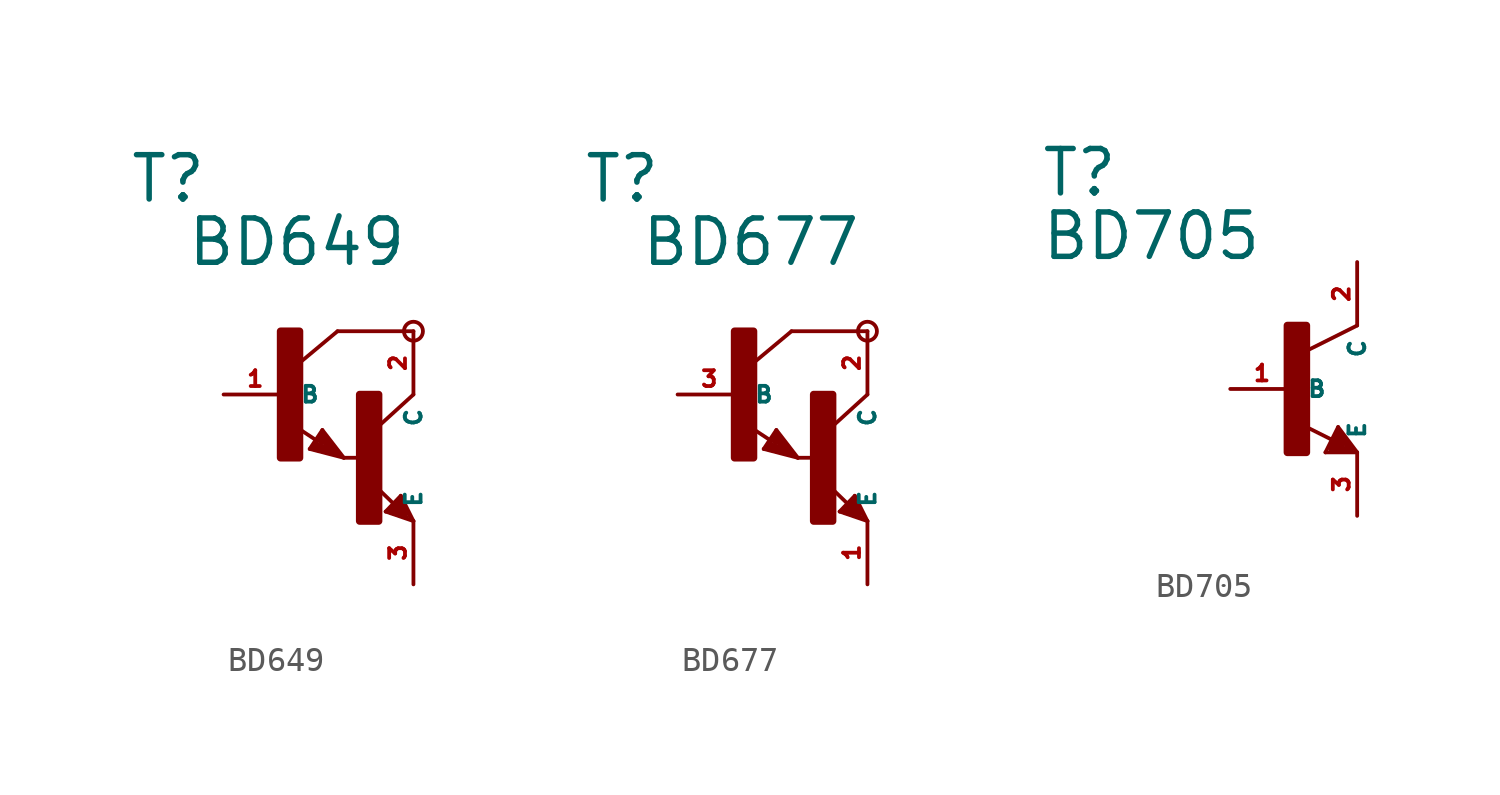
<source format=kicad_sym>
(kicad_symbol_lib
  (version 20220914)
  (generator Eagle2Kicad)
  (symbol "BD649"
    (property "Reference" "T"
      (at -6.35 7.62 0)
      (effects (font (size 1.778 1.778) (thickness 0.22)) (justify left bottom)))
    (property "Value" "BD649"
      (at -4.064 5.08 0)
      (effects (font (size 1.778 1.778) (thickness 0.22)) (justify left bottom)))
    (polyline
      (pts (xy 5.08 2.54) (xy 2.032 2.54))
      (stroke (width 0.152) (type default))
      (fill (type none)))
    (polyline
      (pts (xy 1.424 -1.424) (xy 2.286 -2.54))
      (stroke (width 0.152) (type default))
      (fill (type none)))
    (polyline
      (pts (xy 2.921 -2.54) (xy 2.286 -2.54))
      (stroke (width 0.152) (type default))
      (fill (type none)))
    (polyline
      (pts (xy 0.916 -2.186) (xy 1.424 -1.424))
      (stroke (width 0.152) (type default))
      (fill (type none)))
    (polyline
      (pts (xy 2.286 -2.54) (xy 0.916 -2.186))
      (stroke (width 0.152) (type default))
      (fill (type none)))
    (polyline
      (pts (xy 2.032 2.54) (xy 0.508 1.27))
      (stroke (width 0.152) (type default))
      (fill (type none)))
    (polyline
      (pts (xy 5.08 0) (xy 3.683 -1.27))
      (stroke (width 0.152) (type default))
      (fill (type none)))
    (polyline
      (pts (xy 5.08 -5.08) (xy 3.964 -4.699))
      (stroke (width 0.152) (type default))
      (fill (type none)))
    (polyline
      (pts (xy 4.572 -4.064) (xy 5.08 -5.08))
      (stroke (width 0.152) (type default))
      (fill (type none)))
    (polyline
      (pts (xy 3.964 -4.699) (xy 4.572 -4.064))
      (stroke (width 0.152) (type default))
      (fill (type none)))
    (polyline
      (pts (xy 1.186 -1.84) (xy 0.208 -1.197))
      (stroke (width 0.152) (type default))
      (fill (type none)))
    (polyline
      (pts (xy 4.28 -4.38) (xy 3.483 -3.61))
      (stroke (width 0.152) (type default))
      (fill (type none)))
    (polyline
      (pts (xy 2.159 -2.413) (xy 1.397 -1.524))
      (stroke (width 0.127) (type default))
      (fill (type none)))
    (polyline
      (pts (xy 1.397 -1.524) (xy 1.016 -2.159))
      (stroke (width 0.127) (type default))
      (fill (type none)))
    (polyline
      (pts (xy 1.016 -2.159) (xy 2.032 -2.413))
      (stroke (width 0.127) (type default))
      (fill (type none)))
    (polyline
      (pts (xy 2.032 -2.413) (xy 1.397 -1.651))
      (stroke (width 0.127) (type default))
      (fill (type none)))
    (polyline
      (pts (xy 1.397 -1.651) (xy 1.143 -2.032))
      (stroke (width 0.127) (type default))
      (fill (type none)))
    (polyline
      (pts (xy 1.143 -2.032) (xy 1.905 -2.286))
      (stroke (width 0.254) (type default))
      (fill (type none)))
    (polyline
      (pts (xy 1.905 -2.286) (xy 1.397 -1.778))
      (stroke (width 0.254) (type default))
      (fill (type none)))
    (polyline
      (pts (xy 1.397 -1.778) (xy 1.397 -1.905))
      (stroke (width 0.254) (type default))
      (fill (type none)))
    (polyline
      (pts (xy 4.953 -4.953) (xy 4.572 -4.191))
      (stroke (width 0.127) (type default))
      (fill (type none)))
    (polyline
      (pts (xy 4.572 -4.191) (xy 4.064 -4.699))
      (stroke (width 0.127) (type default))
      (fill (type none)))
    (polyline
      (pts (xy 4.064 -4.699) (xy 4.826 -4.953))
      (stroke (width 0.127) (type default))
      (fill (type none)))
    (polyline
      (pts (xy 4.826 -4.953) (xy 4.572 -4.318))
      (stroke (width 0.127) (type default))
      (fill (type none)))
    (polyline
      (pts (xy 4.572 -4.318) (xy 4.191 -4.699))
      (stroke (width 0.254) (type default))
      (fill (type none)))
    (polyline
      (pts (xy 4.191 -4.699) (xy 4.699 -4.826))
      (stroke (width 0.254) (type default))
      (fill (type none)))
    (polyline
      (pts (xy 4.699 -4.826) (xy 4.572 -4.572))
      (stroke (width 0.254) (type default))
      (fill (type none)))
    (polyline
      (pts (xy 4.572 -4.572) (xy 4.445 -4.572))
      (stroke (width 0.254) (type default))
      (fill (type none)))
    (circle
      (center 5.08 2.54)
      (radius 0.381)
      (stroke (width 0) (type default))
      (fill (type none)))
    (rectangle
      (start -0.254 -2.54)
      (end 0.508 2.54)
      (stroke (width 0.3) (type default))
      (fill (type outline)))
    (rectangle
      (start 2.921 -5.08)
      (end 3.683 0)
      (stroke (width 0.3) (type default))
      (fill (type outline)))
    (pin passive line
      (at -2.54 0 0)
      (length 2.54)
      (name "B" (effects (font (size 0.635 0.635) (thickness 0.08)) (justify left bottom)))
      (number "1" (effects (font (size 0.635 0.635) (thickness 0.08)) (justify left bottom))))
    (pin passive line
      (at 5.08 -7.62 90)
      (length 2.54)
      (name "E" (effects (font (size 0.635 0.635) (thickness 0.08)) (justify left bottom)))
      (number "3" (effects (font (size 0.635 0.635) (thickness 0.08)) (justify left bottom))))
    (pin passive line
      (at 5.08 2.54 270)
      (length 2.54)
      (name "C" (effects (font (size 0.635 0.635) (thickness 0.08)) (justify left bottom)))
      (number "2" (effects (font (size 0.635 0.635) (thickness 0.08)) (justify left bottom)))))
  (symbol "BD677"
    (property "Reference" "T"
      (at -6.35 7.62 0)
      (effects (font (size 1.778 1.778) (thickness 0.22)) (justify left bottom)))
    (property "Value" "BD677"
      (at -4.064 5.08 0)
      (effects (font (size 1.778 1.778) (thickness 0.22)) (justify left bottom)))
    (polyline
      (pts (xy 5.08 2.54) (xy 2.032 2.54))
      (stroke (width 0.152) (type default))
      (fill (type none)))
    (polyline
      (pts (xy 1.424 -1.424) (xy 2.286 -2.54))
      (stroke (width 0.152) (type default))
      (fill (type none)))
    (polyline
      (pts (xy 2.921 -2.54) (xy 2.286 -2.54))
      (stroke (width 0.152) (type default))
      (fill (type none)))
    (polyline
      (pts (xy 0.916 -2.186) (xy 1.424 -1.424))
      (stroke (width 0.152) (type default))
      (fill (type none)))
    (polyline
      (pts (xy 2.286 -2.54) (xy 0.916 -2.186))
      (stroke (width 0.152) (type default))
      (fill (type none)))
    (polyline
      (pts (xy 2.032 2.54) (xy 0.508 1.27))
      (stroke (width 0.152) (type default))
      (fill (type none)))
    (polyline
      (pts (xy 5.08 0) (xy 3.683 -1.27))
      (stroke (width 0.152) (type default))
      (fill (type none)))
    (polyline
      (pts (xy 5.08 -5.08) (xy 3.964 -4.699))
      (stroke (width 0.152) (type default))
      (fill (type none)))
    (polyline
      (pts (xy 4.572 -4.064) (xy 5.08 -5.08))
      (stroke (width 0.152) (type default))
      (fill (type none)))
    (polyline
      (pts (xy 3.964 -4.699) (xy 4.572 -4.064))
      (stroke (width 0.152) (type default))
      (fill (type none)))
    (polyline
      (pts (xy 1.186 -1.84) (xy 0.208 -1.197))
      (stroke (width 0.152) (type default))
      (fill (type none)))
    (polyline
      (pts (xy 4.28 -4.38) (xy 3.483 -3.61))
      (stroke (width 0.152) (type default))
      (fill (type none)))
    (polyline
      (pts (xy 2.159 -2.413) (xy 1.397 -1.524))
      (stroke (width 0.127) (type default))
      (fill (type none)))
    (polyline
      (pts (xy 1.397 -1.524) (xy 1.016 -2.159))
      (stroke (width 0.127) (type default))
      (fill (type none)))
    (polyline
      (pts (xy 1.016 -2.159) (xy 2.032 -2.413))
      (stroke (width 0.127) (type default))
      (fill (type none)))
    (polyline
      (pts (xy 2.032 -2.413) (xy 1.397 -1.651))
      (stroke (width 0.127) (type default))
      (fill (type none)))
    (polyline
      (pts (xy 1.397 -1.651) (xy 1.143 -2.032))
      (stroke (width 0.127) (type default))
      (fill (type none)))
    (polyline
      (pts (xy 1.143 -2.032) (xy 1.905 -2.286))
      (stroke (width 0.254) (type default))
      (fill (type none)))
    (polyline
      (pts (xy 1.905 -2.286) (xy 1.397 -1.778))
      (stroke (width 0.254) (type default))
      (fill (type none)))
    (polyline
      (pts (xy 1.397 -1.778) (xy 1.397 -1.905))
      (stroke (width 0.254) (type default))
      (fill (type none)))
    (polyline
      (pts (xy 4.953 -4.953) (xy 4.572 -4.191))
      (stroke (width 0.127) (type default))
      (fill (type none)))
    (polyline
      (pts (xy 4.572 -4.191) (xy 4.064 -4.699))
      (stroke (width 0.127) (type default))
      (fill (type none)))
    (polyline
      (pts (xy 4.064 -4.699) (xy 4.826 -4.953))
      (stroke (width 0.127) (type default))
      (fill (type none)))
    (polyline
      (pts (xy 4.826 -4.953) (xy 4.572 -4.318))
      (stroke (width 0.127) (type default))
      (fill (type none)))
    (polyline
      (pts (xy 4.572 -4.318) (xy 4.191 -4.699))
      (stroke (width 0.254) (type default))
      (fill (type none)))
    (polyline
      (pts (xy 4.191 -4.699) (xy 4.699 -4.826))
      (stroke (width 0.254) (type default))
      (fill (type none)))
    (polyline
      (pts (xy 4.699 -4.826) (xy 4.572 -4.572))
      (stroke (width 0.254) (type default))
      (fill (type none)))
    (polyline
      (pts (xy 4.572 -4.572) (xy 4.445 -4.572))
      (stroke (width 0.254) (type default))
      (fill (type none)))
    (circle
      (center 5.08 2.54)
      (radius 0.381)
      (stroke (width 0) (type default))
      (fill (type none)))
    (rectangle
      (start -0.254 -2.54)
      (end 0.508 2.54)
      (stroke (width 0.3) (type default))
      (fill (type outline)))
    (rectangle
      (start 2.921 -5.08)
      (end 3.683 0)
      (stroke (width 0.3) (type default))
      (fill (type outline)))
    (pin passive line
      (at -2.54 0 0)
      (length 2.54)
      (name "B" (effects (font (size 0.635 0.635) (thickness 0.08)) (justify left bottom)))
      (number "3" (effects (font (size 0.635 0.635) (thickness 0.08)) (justify left bottom))))
    (pin passive line
      (at 5.08 -7.62 90)
      (length 2.54)
      (name "E" (effects (font (size 0.635 0.635) (thickness 0.08)) (justify left bottom)))
      (number "1" (effects (font (size 0.635 0.635) (thickness 0.08)) (justify left bottom))))
    (pin passive line
      (at 5.08 2.54 270)
      (length 2.54)
      (name "C" (effects (font (size 0.635 0.635) (thickness 0.08)) (justify left bottom)))
      (number "2" (effects (font (size 0.635 0.635) (thickness 0.08)) (justify left bottom)))))
  (symbol "BD705"
    (property "Reference" "T"
      (at -10.16 7.62 0)
      (effects (font (size 1.778 1.778) (thickness 0.22)) (justify left bottom)))
    (property "Value" "BD705"
      (at -10.16 5.08 0)
      (effects (font (size 1.778 1.778) (thickness 0.22)) (justify left bottom)))
    (polyline
      (pts (xy 2.54 2.54) (xy 0.508 1.524))
      (stroke (width 0.152) (type default))
      (fill (type none)))
    (polyline
      (pts (xy 1.778 -1.524) (xy 2.54 -2.54))
      (stroke (width 0.152) (type default))
      (fill (type none)))
    (polyline
      (pts (xy 2.54 -2.54) (xy 1.27 -2.54))
      (stroke (width 0.152) (type default))
      (fill (type none)))
    (polyline
      (pts (xy 1.27 -2.54) (xy 1.778 -1.524))
      (stroke (width 0.152) (type default))
      (fill (type none)))
    (polyline
      (pts (xy 1.54 -2.04) (xy 0.308 -1.424))
      (stroke (width 0.152) (type default))
      (fill (type none)))
    (polyline
      (pts (xy 1.524 -2.413) (xy 2.286 -2.413))
      (stroke (width 0.254) (type default))
      (fill (type none)))
    (polyline
      (pts (xy 2.286 -2.413) (xy 1.778 -1.778))
      (stroke (width 0.254) (type default))
      (fill (type none)))
    (polyline
      (pts (xy 1.778 -1.778) (xy 1.524 -2.286))
      (stroke (width 0.254) (type default))
      (fill (type none)))
    (polyline
      (pts (xy 1.524 -2.286) (xy 1.905 -2.286))
      (stroke (width 0.254) (type default))
      (fill (type none)))
    (polyline
      (pts (xy 1.905 -2.286) (xy 1.778 -2.032))
      (stroke (width 0.254) (type default))
      (fill (type none)))
    (rectangle
      (start -0.254 -2.54)
      (end 0.508 2.54)
      (stroke (width 0.3) (type default))
      (fill (type outline)))
    (pin passive line
      (at -2.54 0 0)
      (length 2.54)
      (name "B" (effects (font (size 0.635 0.635) (thickness 0.08)) (justify left bottom)))
      (number "1" (effects (font (size 0.635 0.635) (thickness 0.08)) (justify left bottom))))
    (pin passive line
      (at 2.54 -5.08 90)
      (length 2.54)
      (name "E" (effects (font (size 0.635 0.635) (thickness 0.08)) (justify left bottom)))
      (number "3" (effects (font (size 0.635 0.635) (thickness 0.08)) (justify left bottom))))
    (pin passive line
      (at 2.54 5.08 270)
      (length 2.54)
      (name "C" (effects (font (size 0.635 0.635) (thickness 0.08)) (justify left bottom)))
      (number "2" (effects (font (size 0.635 0.635) (thickness 0.08)) (justify left bottom))))))
</source>
